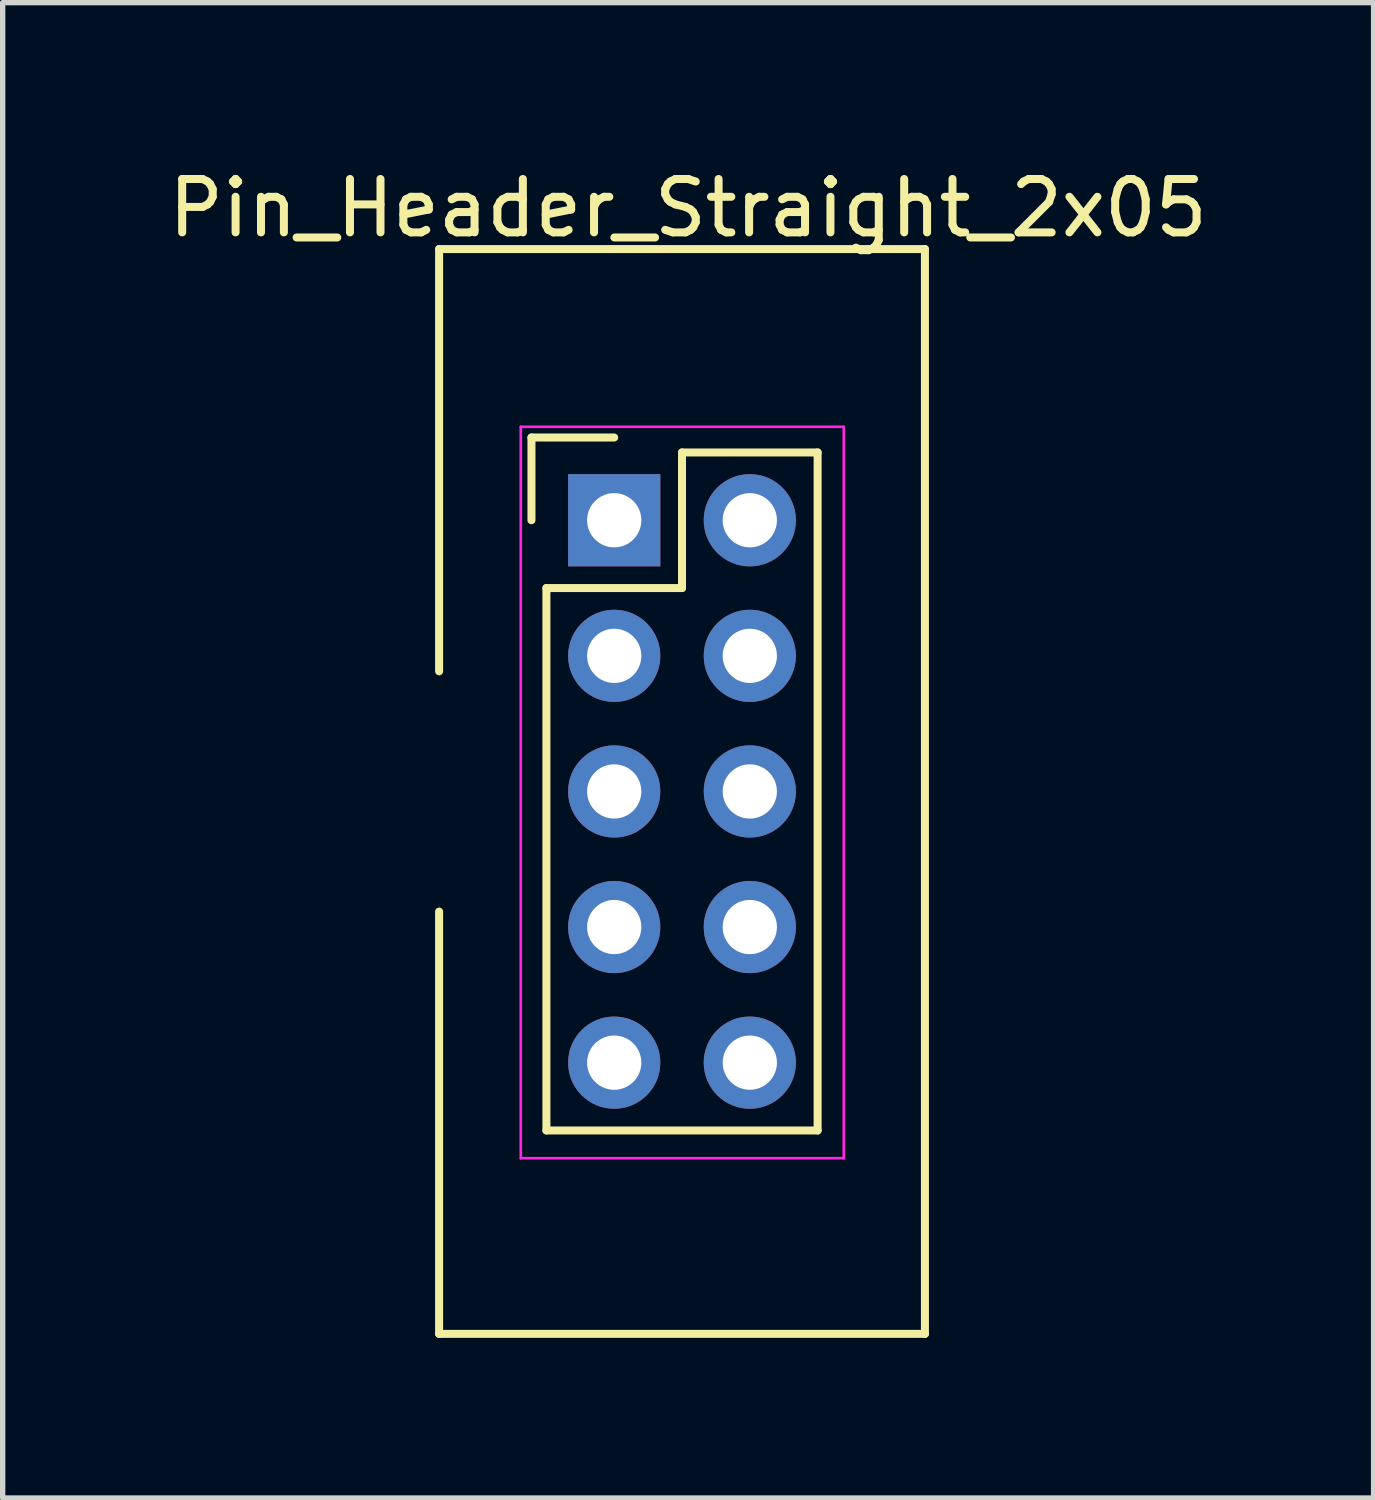
<source format=kicad_pcb>
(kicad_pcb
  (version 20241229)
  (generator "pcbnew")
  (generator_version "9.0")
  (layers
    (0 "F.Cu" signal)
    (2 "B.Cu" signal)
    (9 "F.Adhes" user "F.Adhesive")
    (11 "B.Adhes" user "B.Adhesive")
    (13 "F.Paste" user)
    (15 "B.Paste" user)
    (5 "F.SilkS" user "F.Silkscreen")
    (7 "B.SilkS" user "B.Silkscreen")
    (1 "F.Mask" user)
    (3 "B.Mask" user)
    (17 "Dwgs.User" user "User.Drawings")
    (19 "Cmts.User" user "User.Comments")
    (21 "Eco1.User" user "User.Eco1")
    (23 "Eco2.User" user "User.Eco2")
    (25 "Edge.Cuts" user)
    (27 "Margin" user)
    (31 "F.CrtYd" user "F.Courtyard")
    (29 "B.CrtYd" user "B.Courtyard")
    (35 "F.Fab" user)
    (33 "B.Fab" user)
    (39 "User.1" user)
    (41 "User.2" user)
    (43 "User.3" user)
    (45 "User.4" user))
  (footprint "Pin_Header_Straight_2x05"
    (layer "F.Cu")
    (at 8.455 6.695)
    (property "Reference" "Pin_Header_Straight_2x05" (at 1.384 -5.847 0) (layer "F.SilkS") (effects (font (size 1 1) (thickness 0.15))))
    (attr through_hole)
    (fp_line (start -3.28 -5.08) (end -3.28 2.83) (stroke (width 0.15) (type solid)) (layer "F.SilkS"))
    (fp_line (start -3.28 -5.08) (end 5.82 -5.08) (stroke (width 0.15) (type solid)) (layer "F.SilkS"))
    (fp_line (start -3.28 15.24) (end -3.28 7.33) (stroke (width 0.15) (type solid)) (layer "F.SilkS"))
    (fp_line (start -1.55 -1.55) (end -1.55 0) (stroke (width 0.15) (type solid)) (layer "F.SilkS"))
    (fp_line (start -1.27 11.43) (end -1.27 1.27) (stroke (width 0.15) (type solid)) (layer "F.SilkS"))
    (fp_line (start 0 -1.55) (end -1.55 -1.55) (stroke (width 0.15) (type solid)) (layer "F.SilkS"))
    (fp_line (start 1.27 -1.27) (end 1.27 1.27) (stroke (width 0.15) (type solid)) (layer "F.SilkS"))
    (fp_line (start 1.27 1.27) (end -1.27 1.27) (stroke (width 0.15) (type solid)) (layer "F.SilkS"))
    (fp_line (start 3.81 -1.27) (end 1.27 -1.27) (stroke (width 0.15) (type solid)) (layer "F.SilkS"))
    (fp_line (start 3.81 -1.27) (end 3.81 11.43) (stroke (width 0.15) (type solid)) (layer "F.SilkS"))
    (fp_line (start 3.81 11.43) (end -1.27 11.43) (stroke (width 0.15) (type solid)) (layer "F.SilkS"))
    (fp_line (start 5.82 -5.08) (end 5.82 15.24) (stroke (width 0.15) (type solid)) (layer "F.SilkS"))
    (fp_line (start 5.82 15.24) (end -3.28 15.24) (stroke (width 0.15) (type solid)) (layer "F.SilkS"))
    (fp_line (start -1.75 -1.75) (end -1.75 11.95) (stroke (width 0.05) (type solid)) (layer "F.CrtYd"))
    (fp_line (start -1.75 -1.75) (end 4.3 -1.75) (stroke (width 0.05) (type solid)) (layer "F.CrtYd"))
    (fp_line (start -1.75 11.95) (end 4.3 11.95) (stroke (width 0.05) (type solid)) (layer "F.CrtYd"))
    (fp_line (start 4.3 -1.75) (end 4.3 11.95) (stroke (width 0.05) (type solid)) (layer "F.CrtYd"))
    (pad "1" thru_hole rect (at 0 0) (size 1.727 1.727) (drill 1.016) (layers "*.Cu" "*.Mask"))
    (pad "2" thru_hole oval (at 2.54 0) (size 1.727 1.727) (drill 1.016) (layers "*.Cu" "*.Mask"))
    (pad "3" thru_hole oval (at 0 2.54) (size 1.727 1.727) (drill 1.016) (layers "*.Cu" "*.Mask"))
    (pad "4" thru_hole oval (at 2.54 2.54) (size 1.727 1.727) (drill 1.016) (layers "*.Cu" "*.Mask"))
    (pad "5" thru_hole oval (at 0 5.08) (size 1.727 1.727) (drill 1.016) (layers "*.Cu" "*.Mask"))
    (pad "6" thru_hole oval (at 2.54 5.08) (size 1.727 1.727) (drill 1.016) (layers "*.Cu" "*.Mask"))
    (pad "7" thru_hole oval (at 0 7.62) (size 1.727 1.727) (drill 1.016) (layers "*.Cu" "*.Mask"))
    (pad "8" thru_hole oval (at 2.54 7.62) (size 1.727 1.727) (drill 1.016) (layers "*.Cu" "*.Mask"))
    (pad "9" thru_hole oval (at 0 10.16) (size 1.727 1.727) (drill 1.016) (layers "*.Cu" "*.Mask"))
    (pad "10" thru_hole oval (at 2.54 10.16) (size 1.727 1.727) (drill 1.016) (layers "*.Cu" "*.Mask")))
  (gr_rect
    (start -3 -3)
    (end 22.679 25.01)
    (stroke (width 0.1) (type default))
    (fill no)
    (layer "Edge.Cuts")))
</source>
